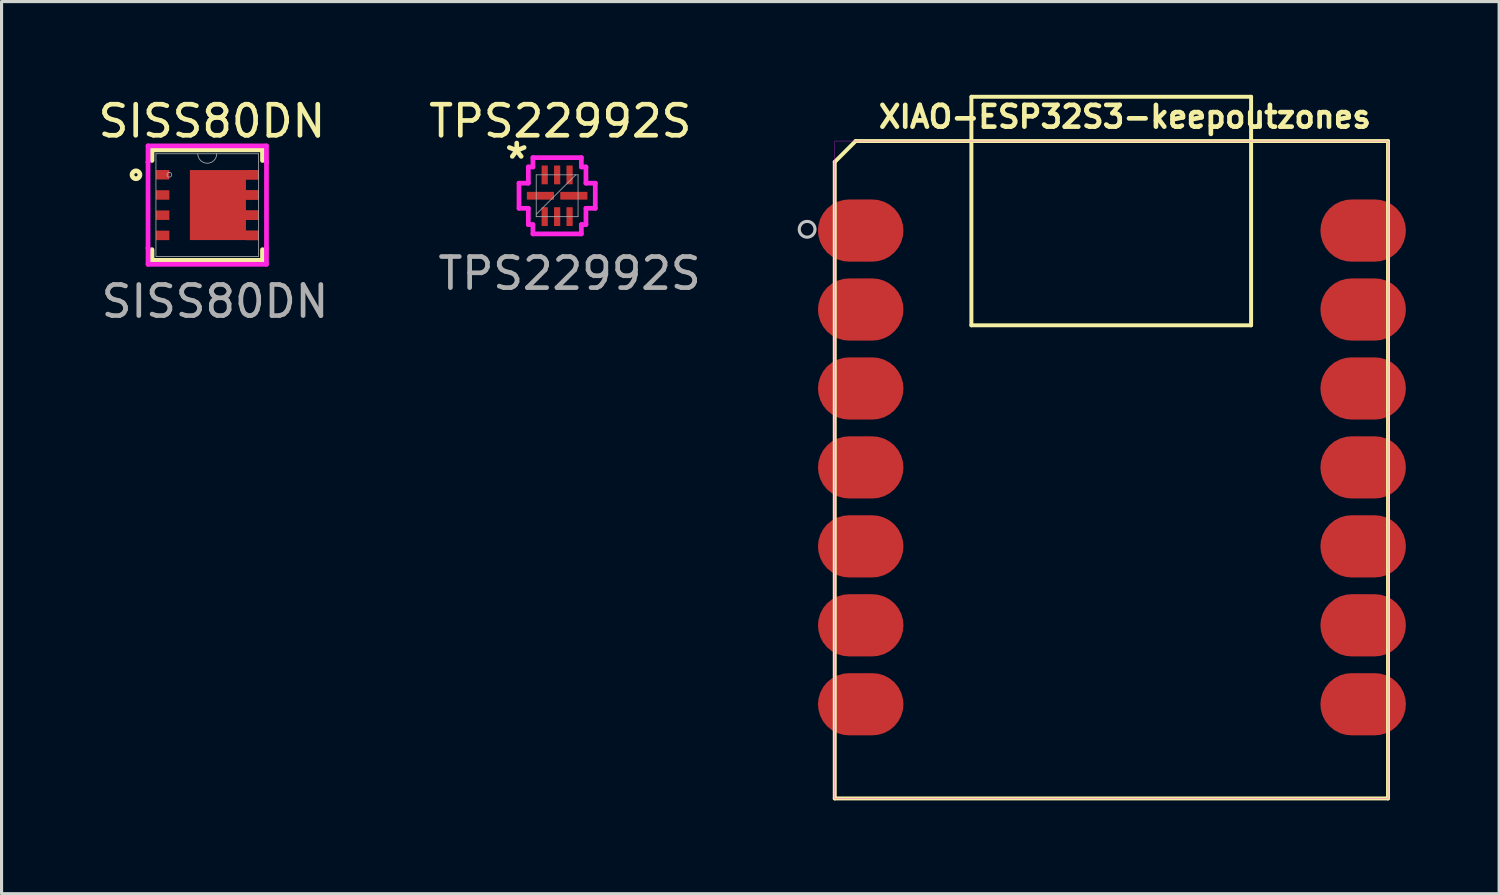
<source format=kicad_pcb>
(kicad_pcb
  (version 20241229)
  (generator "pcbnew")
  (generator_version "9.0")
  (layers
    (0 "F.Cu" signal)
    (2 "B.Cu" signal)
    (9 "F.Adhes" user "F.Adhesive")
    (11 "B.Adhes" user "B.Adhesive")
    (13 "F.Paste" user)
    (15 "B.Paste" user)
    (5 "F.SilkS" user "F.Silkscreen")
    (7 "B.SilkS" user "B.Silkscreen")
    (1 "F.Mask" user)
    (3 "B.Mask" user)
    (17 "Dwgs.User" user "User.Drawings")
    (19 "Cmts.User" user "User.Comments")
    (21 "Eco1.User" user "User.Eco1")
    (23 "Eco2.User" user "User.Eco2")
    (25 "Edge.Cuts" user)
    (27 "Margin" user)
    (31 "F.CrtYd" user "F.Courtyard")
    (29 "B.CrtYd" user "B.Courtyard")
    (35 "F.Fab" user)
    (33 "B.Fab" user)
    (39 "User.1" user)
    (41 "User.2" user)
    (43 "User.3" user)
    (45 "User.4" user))
  (footprint "SISS80DN"
    (layer "F.Cu")
    (at 3.618 3.548)
    (property "Reference" "SISS80DN" (at 0.15 -2.7 0) (unlocked yes) (layer "F.SilkS") (effects (font (size 1 1) (thickness 0.15))))
    (attr smd)
    (fp_poly (pts (xy -0.559 -1.126) (xy 1.651 -1.127) (xy 1.651 -0.823) (xy 1.245 -0.823) (xy 1.245 -0.477) (xy 1.651 -0.477) (xy 1.651 -0.173) (xy 1.245 -0.173) (xy 1.245 0.173) (xy 1.651 0.173) (xy 1.651 0.477) (xy 1.245 0.477) (xy 1.245 0.823) (xy 1.651 0.823) (xy 1.651 1.127) (xy -0.559 1.126)) (stroke (width 0) (type solid)) (fill yes) (layer "F.Cu"))
    (fp_poly (pts (xy -0.559 -1.126) (xy 1.651 -1.127) (xy 1.651 -0.823) (xy 1.245 -0.823) (xy 1.245 -0.477) (xy 1.651 -0.477) (xy 1.651 -0.173) (xy 1.245 -0.173) (xy 1.245 0.173) (xy 1.651 0.173) (xy 1.651 0.477) (xy 1.245 0.477) (xy 1.245 0.823) (xy 1.651 0.823) (xy 1.651 1.127) (xy -0.559 1.126)) (stroke (width 0) (type solid)) (fill yes) (layer "F.Mask"))
    (fp_line (start -1.778 -1.778) (end -1.778 -1.435) (stroke (width 0.152) (type solid)) (layer "F.SilkS"))
    (fp_line (start -1.778 1.435) (end -1.778 1.778) (stroke (width 0.152) (type solid)) (layer "F.SilkS"))
    (fp_line (start -1.778 1.778) (end 1.778 1.778) (stroke (width 0.152) (type solid)) (layer "F.SilkS"))
    (fp_line (start 1.778 -1.778) (end -1.778 -1.778) (stroke (width 0.152) (type solid)) (layer "F.SilkS"))
    (fp_line (start 1.778 -1.435) (end 1.778 -1.778) (stroke (width 0.152) (type solid)) (layer "F.SilkS"))
    (fp_line (start 1.778 1.778) (end 1.778 1.435) (stroke (width 0.152) (type solid)) (layer "F.SilkS"))
    (fp_circle (center -2.293 -0.975) (end -2.166 -0.975) (stroke (width 0.152) (type solid)) (fill no) (layer "F.SilkS"))
    (fp_poly (pts (xy -0.559 -1.126) (xy 1.651 -1.127) (xy 1.651 -0.823) (xy 1.245 -0.823) (xy 1.245 -0.477) (xy 1.651 -0.477) (xy 1.651 -0.173) (xy 1.245 -0.173) (xy 1.245 0.173) (xy 1.651 0.173) (xy 1.651 0.477) (xy 1.245 0.477) (xy 1.245 0.823) (xy 1.651 0.823) (xy 1.651 1.127) (xy -0.559 1.126)) (stroke (width 0) (type solid)) (fill yes) (layer "F.Paste"))
    (fp_line (start -1.905 -1.905) (end 1.905 -1.905) (stroke (width 0.152) (type solid)) (layer "F.CrtYd"))
    (fp_line (start -1.905 -1.381) (end -1.905 -1.905) (stroke (width 0.152) (type solid)) (layer "F.CrtYd"))
    (fp_line (start -1.905 -1.381) (end -1.905 -1.381) (stroke (width 0.152) (type solid)) (layer "F.CrtYd"))
    (fp_line (start -1.905 1.381) (end -1.905 -1.381) (stroke (width 0.152) (type solid)) (layer "F.CrtYd"))
    (fp_line (start -1.905 1.381) (end -1.905 1.381) (stroke (width 0.152) (type solid)) (layer "F.CrtYd"))
    (fp_line (start -1.905 1.905) (end -1.905 1.381) (stroke (width 0.152) (type solid)) (layer "F.CrtYd"))
    (fp_line (start 1.905 -1.905) (end 1.905 -1.381) (stroke (width 0.152) (type solid)) (layer "F.CrtYd"))
    (fp_line (start 1.905 -1.381) (end 1.905 -1.381) (stroke (width 0.152) (type solid)) (layer "F.CrtYd"))
    (fp_line (start 1.905 -1.381) (end 1.905 1.381) (stroke (width 0.152) (type solid)) (layer "F.CrtYd"))
    (fp_line (start 1.905 1.381) (end 1.905 1.381) (stroke (width 0.152) (type solid)) (layer "F.CrtYd"))
    (fp_line (start 1.905 1.381) (end 1.905 1.905) (stroke (width 0.152) (type solid)) (layer "F.CrtYd"))
    (fp_line (start 1.905 1.905) (end -1.905 1.905) (stroke (width 0.152) (type solid)) (layer "F.CrtYd"))
    (fp_line (start -1.651 -1.651) (end -1.651 1.651) (stroke (width 0.025) (type solid)) (layer "F.Fab"))
    (fp_line (start -1.651 1.651) (end 1.651 1.651) (stroke (width 0.025) (type solid)) (layer "F.Fab"))
    (fp_line (start 1.651 -1.651) (end -1.651 -1.651) (stroke (width 0.025) (type solid)) (layer "F.Fab"))
    (fp_line (start 1.651 1.651) (end 1.651 -1.651) (stroke (width 0.025) (type solid)) (layer "F.Fab"))
    (fp_arc (start 0.3048 -1.651) (mid 0 -1.3462) (end -0.3048 -1.651) (stroke (width 0.0254) (type solid)) (layer "F.Fab"))
    (fp_circle (center -1.219 -0.975) (end -1.143 -0.975) (stroke (width 0.025) (type solid)) (fill no) (layer "F.Fab"))
    (fp_text user "${REFERENCE}" (at 0.25 3.1 0) (unlocked yes) (layer "F.Fab") (effects (font (size 1 1) (thickness 0.15))))
    (pad "1" smd rect (at -1.435 -0.975) (size 0.432 0.305) (layers "F.Cu" "F.Mask" "F.Paste"))
    (pad "2" smd rect (at -1.435 -0.325) (size 0.432 0.305) (layers "F.Cu" "F.Mask" "F.Paste"))
    (pad "3" smd rect (at -1.435 0.325) (size 0.432 0.305) (layers "F.Cu" "F.Mask" "F.Paste"))
    (pad "4" smd rect (at -1.435 0.975) (size 0.432 0.305) (layers "F.Cu" "F.Mask" "F.Paste"))
    (pad "5" smd rect (at 1.448 0.975) (size 0.406 0.305) (layers "F.Cu" "F.Mask" "F.Paste"))
    (pad "6" smd rect (at 1.448 0.325) (size 0.406 0.305) (layers "F.Cu" "F.Mask" "F.Paste"))
    (pad "7" smd rect (at 1.448 -0.325) (size 0.406 0.305) (layers "F.Cu" "F.Mask" "F.Paste"))
    (pad "8" smd rect (at 1.448 -0.975) (size 0.406 0.305) (layers "F.Cu" "F.Mask" "F.Paste")))
  (footprint "XIAO-ESP32S3-keepoutzones"
    (layer "F.Cu")
    (at 32.663 1.488)
    (property "Reference" "XIAO-ESP32S3-keepoutzones" (at 0.478 -0.78 0) (layer "F.SilkS") (effects (font (size 0.7 0.7) (thickness 0.15))))
    (attr through_hole)
    (fp_line (start -8.856 0.671) (end -8.856 21.15) (stroke (width 0.127) (type solid)) (layer "F.SilkS"))
    (fp_line (start -8.856 21.15) (end 8.944 21.15) (stroke (width 0.127) (type solid)) (layer "F.SilkS"))
    (fp_line (start -8.184 0) (end -8.856 0.671) (stroke (width 0.127) (type solid)) (layer "F.SilkS"))
    (fp_line (start -4.46 5.928) (end -4.46 -1.425) (stroke (width 0.127) (type solid)) (layer "F.SilkS"))
    (fp_line (start -4.456 -1.424) (end 4.539 -1.424) (stroke (width 0.127) (type solid)) (layer "F.SilkS"))
    (fp_line (start 4.539 -1.424) (end 4.539 5.928) (stroke (width 0.127) (type solid)) (layer "F.SilkS"))
    (fp_line (start 4.539 5.928) (end -4.46 5.928) (stroke (width 0.127) (type solid)) (layer "F.SilkS"))
    (fp_line (start 8.944 0) (end -8.184 0) (stroke (width 0.127) (type solid)) (layer "F.SilkS"))
    (fp_line (start 8.944 21.15) (end 8.944 0) (stroke (width 0.127) (type solid)) (layer "F.SilkS"))
    (fp_circle (center -9.745 2.839) (end -9.491 2.839) (stroke (width 0.1) (type solid)) (fill no) (layer "Dwgs.User"))
    (fp_poly (pts (xy -8.856 0) (xy 8.944 0) (xy 8.944 21.155) (xy -8.856 21.155)) (stroke (width 0.01) (type solid)) (fill no) (layer "F.CrtYd"))
    (pad "1" smd roundrect (at -8.021 2.88) (size 2.75 2) (layers "F.Cu" "F.Mask" "F.Paste") (roundrect_rratio 0.5))
    (pad "2" smd roundrect (at -8.021 5.42) (size 2.75 2) (layers "F.Cu" "F.Mask" "F.Paste") (roundrect_rratio 0.5))
    (pad "3" smd roundrect (at -8.021 7.96) (size 2.75 2) (layers "F.Cu" "F.Mask" "F.Paste") (roundrect_rratio 0.5))
    (pad "4" smd roundrect (at -8.021 10.5) (size 2.75 2) (layers "F.Cu" "F.Mask" "F.Paste") (roundrect_rratio 0.5))
    (pad "5" smd roundrect (at -8.021 13.04) (size 2.75 2) (layers "F.Cu" "F.Mask" "F.Paste") (roundrect_rratio 0.5))
    (pad "6" smd roundrect (at -8.021 15.58) (size 2.75 2) (layers "F.Cu" "F.Mask" "F.Paste") (roundrect_rratio 0.5))
    (pad "7" smd roundrect (at -8.021 18.12) (size 2.75 2) (layers "F.Cu" "F.Mask" "F.Paste") (roundrect_rratio 0.5))
    (pad "8" smd roundrect (at 8.144 18.12) (size 2.75 2) (layers "F.Cu" "F.Mask" "F.Paste") (roundrect_rratio 0.5))
    (pad "9" smd roundrect (at 8.144 15.58) (size 2.75 2) (layers "F.Cu" "F.Mask" "F.Paste") (roundrect_rratio 0.5))
    (pad "10" smd roundrect (at 8.144 13.04) (size 2.75 2) (layers "F.Cu" "F.Mask" "F.Paste") (roundrect_rratio 0.5))
    (pad "11" smd roundrect (at 8.144 10.5) (size 2.75 2) (layers "F.Cu" "F.Mask" "F.Paste") (roundrect_rratio 0.5))
    (pad "12" smd roundrect (at 8.144 7.96) (size 2.75 2) (layers "F.Cu" "F.Mask" "F.Paste") (roundrect_rratio 0.5))
    (pad "13" smd roundrect (at 8.144 5.42) (size 2.75 2) (layers "F.Cu" "F.Mask" "F.Paste") (roundrect_rratio 0.5))
    (pad "14" smd roundrect (at 8.144 2.88) (size 2.75 2) (layers "F.Cu" "F.Mask" "F.Paste") (roundrect_rratio 0.5))
    (zone (net_name "") (layer "F.Cu") (hatch full 0.508) (connect_pads) (min_thickness 0.01) (filled_areas_thickness no) (keepout (tracks not_allowed) (vias not_allowed) (pads not_allowed) (copperpour not_allowed) (footprints allowed)) (placement (enabled no)) (fill) (polygon (pts (xy 26.792 8.952) (xy 29.713 8.952) (xy 29.713 12.857) (xy 26.792 12.857))))
    (zone (net_name "") (layer "F.Cu") (hatch full 0.508) (connect_pads) (min_thickness 0.01) (filled_areas_thickness no) (keepout (tracks not_allowed) (vias not_allowed) (pads not_allowed) (copperpour not_allowed) (footprints allowed)) (placement (enabled no)) (fill) (polygon (pts (xy 27.49 1.407) (xy 29.268 1.407) (xy 29.268 4.074) (xy 27.49 4.074))))
    (zone (net_name "") (layer "F.Cu") (hatch full 0.508) (connect_pads) (min_thickness 0.01) (filled_areas_thickness no) (keepout (tracks not_allowed) (vias not_allowed) (pads not_allowed) (copperpour not_allowed) (footprints allowed)) (placement (enabled no)) (fill) (polygon (pts (xy 27.49 5.471) (xy 29.268 5.471) (xy 29.268 8.137) (xy 27.49 8.137))))
    (zone (net_name "") (layer "F.Cu") (hatch full 0.508) (connect_pads) (min_thickness 0.01) (filled_areas_thickness no) (keepout (tracks not_allowed) (vias not_allowed) (pads not_allowed) (copperpour not_allowed) (footprints allowed)) (placement (enabled no)) (fill) (polygon (pts (xy 30.157 2.168) (xy 35.364 2.168) (xy 35.364 12.326) (xy 30.157 12.326))))
    (zone (net_name "") (layer "F.Cu") (hatch full 0.508) (connect_pads) (min_thickness 0.01) (filled_areas_thickness no) (keepout (tracks not_allowed) (vias not_allowed) (pads not_allowed) (copperpour not_allowed) (footprints allowed)) (placement (enabled no)) (fill) (polygon (pts (xy 31.799 12.329) (xy 35.863 12.329) (xy 35.863 15.938) (xy 31.799 15.938))))
    (zone (net_name "") (layer "F.Cu") (hatch full 0.508) (connect_pads) (min_thickness 0.01) (filled_areas_thickness no) (keepout (tracks not_allowed) (vias not_allowed) (pads not_allowed) (copperpour not_allowed) (footprints allowed)) (placement (enabled no)) (fill) (polygon (pts (xy 36.126 1.407) (xy 37.904 1.407) (xy 37.904 4.074) (xy 36.126 4.074))))
    (zone (net_name "") (layer "F.Cu") (hatch full 0.508) (connect_pads) (min_thickness 0.01) (filled_areas_thickness no) (keepout (tracks not_allowed) (vias not_allowed) (pads not_allowed) (copperpour not_allowed) (footprints allowed)) (placement (enabled no)) (fill) (polygon (pts (xy 36.126 5.471) (xy 37.904 5.471) (xy 37.904 8.137) (xy 36.126 8.137)))))
  (footprint "TPS22992S"
    (layer "F.Cu")
    (at 14.875 3.248)
    (property "Reference" "TPS22992S" (at 0.1 -2.4 0) (unlocked yes) (layer "F.SilkS") (effects (font (size 1 1) (thickness 0.15))))
    (attr smd)
    (fp_line (start -1.227 -0.404) (end -0.927 -0.404) (stroke (width 0.152) (type solid)) (layer "F.CrtYd"))
    (fp_line (start -1.227 0.404) (end -1.227 -0.404) (stroke (width 0.152) (type solid)) (layer "F.CrtYd"))
    (fp_line (start -0.927 -0.927) (end -0.779 -0.927) (stroke (width 0.152) (type solid)) (layer "F.CrtYd"))
    (fp_line (start -0.927 -0.404) (end -0.927 -0.927) (stroke (width 0.152) (type solid)) (layer "F.CrtYd"))
    (fp_line (start -0.927 0.404) (end -1.227 0.404) (stroke (width 0.152) (type solid)) (layer "F.CrtYd"))
    (fp_line (start -0.927 0.927) (end -0.927 0.404) (stroke (width 0.152) (type solid)) (layer "F.CrtYd"))
    (fp_line (start -0.927 0.927) (end -0.779 0.927) (stroke (width 0.152) (type solid)) (layer "F.CrtYd"))
    (fp_line (start -0.779 -1.227) (end 0.779 -1.227) (stroke (width 0.152) (type solid)) (layer "F.CrtYd"))
    (fp_line (start -0.779 -0.927) (end -0.779 -1.227) (stroke (width 0.152) (type solid)) (layer "F.CrtYd"))
    (fp_line (start -0.779 0.927) (end -0.779 1.227) (stroke (width 0.152) (type solid)) (layer "F.CrtYd"))
    (fp_line (start -0.779 1.227) (end 0.779 1.227) (stroke (width 0.152) (type solid)) (layer "F.CrtYd"))
    (fp_line (start 0.779 -1.227) (end 0.779 -0.927) (stroke (width 0.152) (type solid)) (layer "F.CrtYd"))
    (fp_line (start 0.779 -0.927) (end 0.927 -0.927) (stroke (width 0.152) (type solid)) (layer "F.CrtYd"))
    (fp_line (start 0.779 0.927) (end 0.927 0.927) (stroke (width 0.152) (type solid)) (layer "F.CrtYd"))
    (fp_line (start 0.779 1.227) (end 0.779 0.927) (stroke (width 0.152) (type solid)) (layer "F.CrtYd"))
    (fp_line (start 0.927 -0.404) (end 0.927 -0.927) (stroke (width 0.152) (type solid)) (layer "F.CrtYd"))
    (fp_line (start 0.927 0.404) (end 1.227 0.404) (stroke (width 0.152) (type solid)) (layer "F.CrtYd"))
    (fp_line (start 0.927 0.927) (end 0.927 0.404) (stroke (width 0.152) (type solid)) (layer "F.CrtYd"))
    (fp_line (start 1.227 -0.404) (end 0.927 -0.404) (stroke (width 0.152) (type solid)) (layer "F.CrtYd"))
    (fp_line (start 1.227 0.404) (end 1.227 -0.404) (stroke (width 0.152) (type solid)) (layer "F.CrtYd"))
    (fp_line (start -0.673 -0.673) (end -0.673 0.673) (stroke (width 0.025) (type solid)) (layer "F.Fab"))
    (fp_line (start -0.673 0.597) (end 0.597 -0.673) (stroke (width 0.025) (type solid)) (layer "F.Fab"))
    (fp_line (start -0.673 0.673) (end 0.673 0.673) (stroke (width 0.025) (type solid)) (layer "F.Fab"))
    (fp_line (start 0.673 -0.673) (end -0.673 -0.673) (stroke (width 0.025) (type solid)) (layer "F.Fab"))
    (fp_line (start 0.673 0.673) (end 0.673 -0.673) (stroke (width 0.025) (type solid)) (layer "F.Fab"))
    (fp_text user "*" (at -1.3 -1.15 0) (unlocked yes) (layer "F.SilkS") (effects (font (size 1 1) (thickness 0.15))))
    (fp_text user "${REFERENCE}" (at 0.4 2.5 0) (unlocked yes) (layer "F.Fab") (effects (font (size 1 1) (thickness 0.15))))
    (pad "1" smd rect (at -0.4 -0.671) (size 0.2 0.605) (layers "F.Cu" "F.Mask" "F.Paste"))
    (pad "2" smd rect (at -0.537 0 90) (size 0.25 0.873) (layers "F.Cu" "F.Mask" "F.Paste"))
    (pad "3" smd rect (at -0.4 0.671) (size 0.2 0.605) (layers "F.Cu" "F.Mask" "F.Paste"))
    (pad "4" smd rect (at 0 0.671) (size 0.2 0.605) (layers "F.Cu" "F.Mask" "F.Paste"))
    (pad "5" smd rect (at 0.4 0.671) (size 0.2 0.605) (layers "F.Cu" "F.Mask" "F.Paste"))
    (pad "6" smd rect (at 0.537 0 90) (size 0.25 0.873) (layers "F.Cu" "F.Mask" "F.Paste"))
    (pad "7" smd rect (at 0.4 -0.671) (size 0.2 0.605) (layers "F.Cu" "F.Mask" "F.Paste"))
    (pad "8" smd rect (at 0 -0.671) (size 0.2 0.605) (layers "F.Cu" "F.Mask" "F.Paste")))
  (gr_rect
    (start -3 -3)
    (end 45.182 25.702)
    (stroke (width 0.1) (type default))
    (fill no)
    (layer "Edge.Cuts")))
</source>
